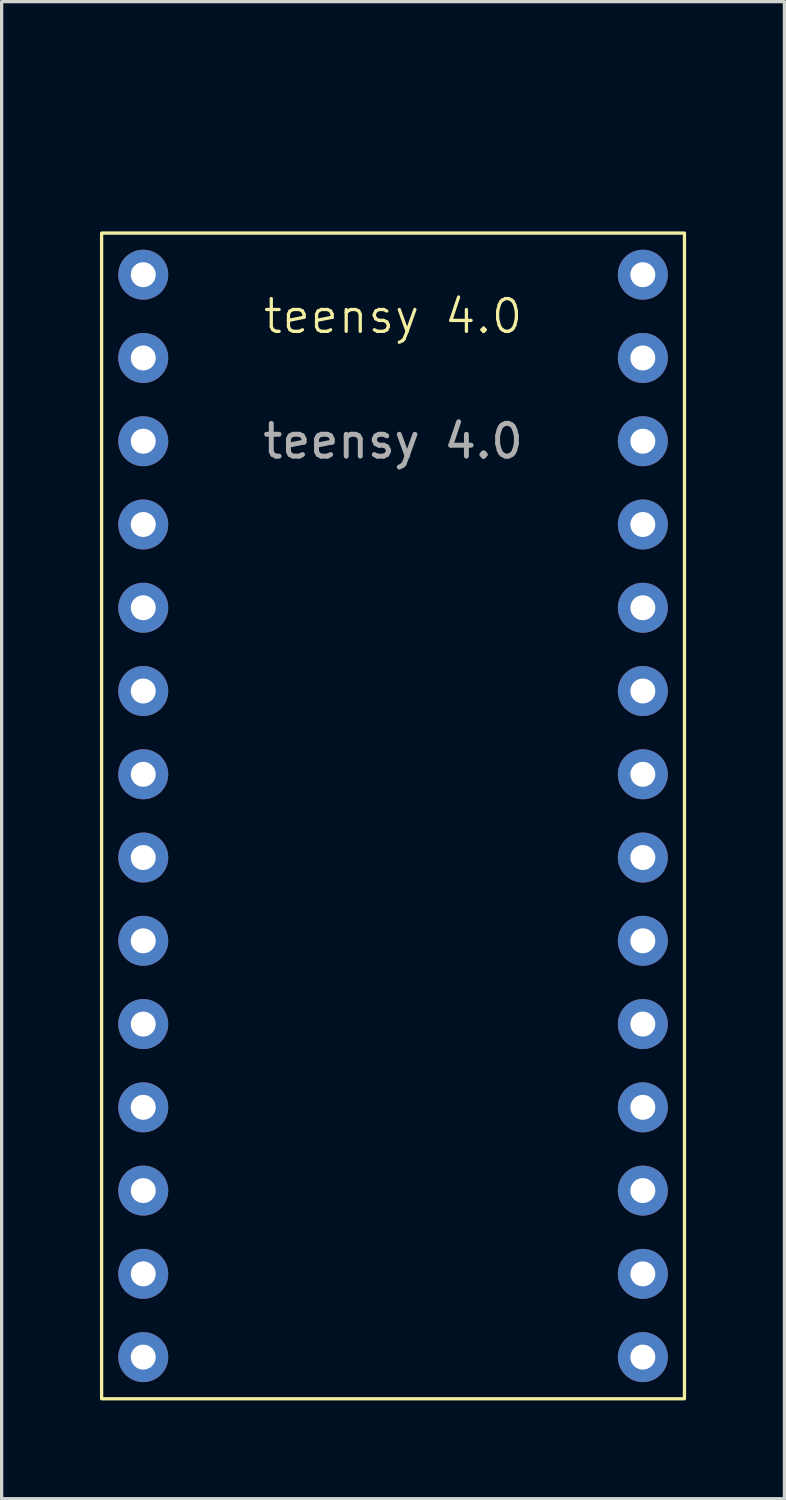
<source format=kicad_pcb>
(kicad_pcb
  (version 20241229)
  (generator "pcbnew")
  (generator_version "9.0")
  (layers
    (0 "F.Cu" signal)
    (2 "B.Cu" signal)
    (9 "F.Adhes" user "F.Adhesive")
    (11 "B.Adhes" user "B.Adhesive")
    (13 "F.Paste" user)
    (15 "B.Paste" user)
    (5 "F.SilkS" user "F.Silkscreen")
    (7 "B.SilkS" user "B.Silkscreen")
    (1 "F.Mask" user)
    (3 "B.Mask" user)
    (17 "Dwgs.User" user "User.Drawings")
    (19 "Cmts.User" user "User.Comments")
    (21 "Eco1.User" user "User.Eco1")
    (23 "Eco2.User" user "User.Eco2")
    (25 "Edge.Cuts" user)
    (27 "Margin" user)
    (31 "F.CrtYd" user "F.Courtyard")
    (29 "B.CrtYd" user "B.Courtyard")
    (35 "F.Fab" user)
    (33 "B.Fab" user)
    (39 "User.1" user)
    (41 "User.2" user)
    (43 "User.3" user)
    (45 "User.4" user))
  (footprint "teensy 4.0"
    (layer "F.Cu")
    (at 8.94 0.25)
    (property "Reference" "teensy 4.0" (at 0 6.35 0) (unlocked yes) (layer "F.SilkS") (effects (font (size 1 1) (thickness 0.1))))
    (attr through_hole)
    (fp_rect (start 8.89 39.37) (end -8.89 3.81) (stroke (width 0.1) (type default)) (fill no) (layer "F.SilkS"))
    (fp_text user "${REFERENCE}" (at 0 10.16 0) (unlocked yes) (layer "F.Fab") (effects (font (size 1 1) (thickness 0.15))))
    (pad "1" thru_hole circle (at -7.62 5.08) (size 1.524 1.524) (drill 0.762) (layers "*.Cu" "*.Mask"))
    (pad "1" thru_hole circle (at 7.62 7.62) (size 1.524 1.524) (drill 0.762) (layers "*.Cu" "*.Mask"))
    (pad "2" thru_hole circle (at -7.62 7.62) (size 1.524 1.524) (drill 0.762) (layers "*.Cu" "*.Mask"))
    (pad "3" thru_hole circle (at -7.62 10.16) (size 1.524 1.524) (drill 0.762) (layers "*.Cu" "*.Mask"))
    (pad "4" thru_hole circle (at -7.62 12.7) (size 1.524 1.524) (drill 0.762) (layers "*.Cu" "*.Mask"))
    (pad "5" thru_hole circle (at -7.62 15.24) (size 1.524 1.524) (drill 0.762) (layers "*.Cu" "*.Mask"))
    (pad "6" thru_hole circle (at -7.62 17.78) (size 1.524 1.524) (drill 0.762) (layers "*.Cu" "*.Mask"))
    (pad "7" thru_hole circle (at -7.62 20.32) (size 1.524 1.524) (drill 0.762) (layers "*.Cu" "*.Mask"))
    (pad "8" thru_hole circle (at -7.62 22.86) (size 1.524 1.524) (drill 0.762) (layers "*.Cu" "*.Mask"))
    (pad "9" thru_hole circle (at -7.62 25.4) (size 1.524 1.524) (drill 0.762) (layers "*.Cu" "*.Mask"))
    (pad "10" thru_hole circle (at -7.62 27.94) (size 1.524 1.524) (drill 0.762) (layers "*.Cu" "*.Mask"))
    (pad "11" thru_hole circle (at -7.62 30.48) (size 1.524 1.524) (drill 0.762) (layers "*.Cu" "*.Mask"))
    (pad "12" thru_hole circle (at -7.62 33.02) (size 1.524 1.524) (drill 0.762) (layers "*.Cu" "*.Mask"))
    (pad "13" thru_hole circle (at -7.62 35.56) (size 1.524 1.524) (drill 0.762) (layers "*.Cu" "*.Mask"))
    (pad "14" thru_hole circle (at -7.62 38.1) (size 1.524 1.524) (drill 0.762) (layers "*.Cu" "*.Mask"))
    (pad "20" thru_hole circle (at 7.62 38.1) (size 1.524 1.524) (drill 0.762) (layers "*.Cu" "*.Mask"))
    (pad "21" thru_hole circle (at 7.62 35.56) (size 1.524 1.524) (drill 0.762) (layers "*.Cu" "*.Mask"))
    (pad "22" thru_hole circle (at 7.62 33.02) (size 1.524 1.524) (drill 0.762) (layers "*.Cu" "*.Mask"))
    (pad "23" thru_hole circle (at 7.62 30.48) (size 1.524 1.524) (drill 0.762) (layers "*.Cu" "*.Mask"))
    (pad "24" thru_hole circle (at 7.62 27.94) (size 1.524 1.524) (drill 0.762) (layers "*.Cu" "*.Mask"))
    (pad "25" thru_hole circle (at 7.62 25.4) (size 1.524 1.524) (drill 0.762) (layers "*.Cu" "*.Mask"))
    (pad "26" thru_hole circle (at 7.62 22.86) (size 1.524 1.524) (drill 0.762) (layers "*.Cu" "*.Mask"))
    (pad "27" thru_hole circle (at 7.62 20.32) (size 1.524 1.524) (drill 0.762) (layers "*.Cu" "*.Mask"))
    (pad "28" thru_hole circle (at 7.62 17.78) (size 1.524 1.524) (drill 0.762) (layers "*.Cu" "*.Mask"))
    (pad "29" thru_hole circle (at 7.62 15.24) (size 1.524 1.524) (drill 0.762) (layers "*.Cu" "*.Mask"))
    (pad "30" thru_hole circle (at 7.62 12.7) (size 1.524 1.524) (drill 0.762) (layers "*.Cu" "*.Mask"))
    (pad "31" thru_hole circle (at 7.62 10.16) (size 1.524 1.524) (drill 0.762) (layers "*.Cu" "*.Mask"))
    (pad "33" thru_hole circle (at 7.62 5.08) (size 1.524 1.524) (drill 0.762) (layers "*.Cu" "*.Mask")))
  (gr_rect
    (start -3 -3)
    (end 20.88 42.67)
    (stroke (width 0.1) (type default))
    (fill no)
    (layer "Edge.Cuts")))
</source>
